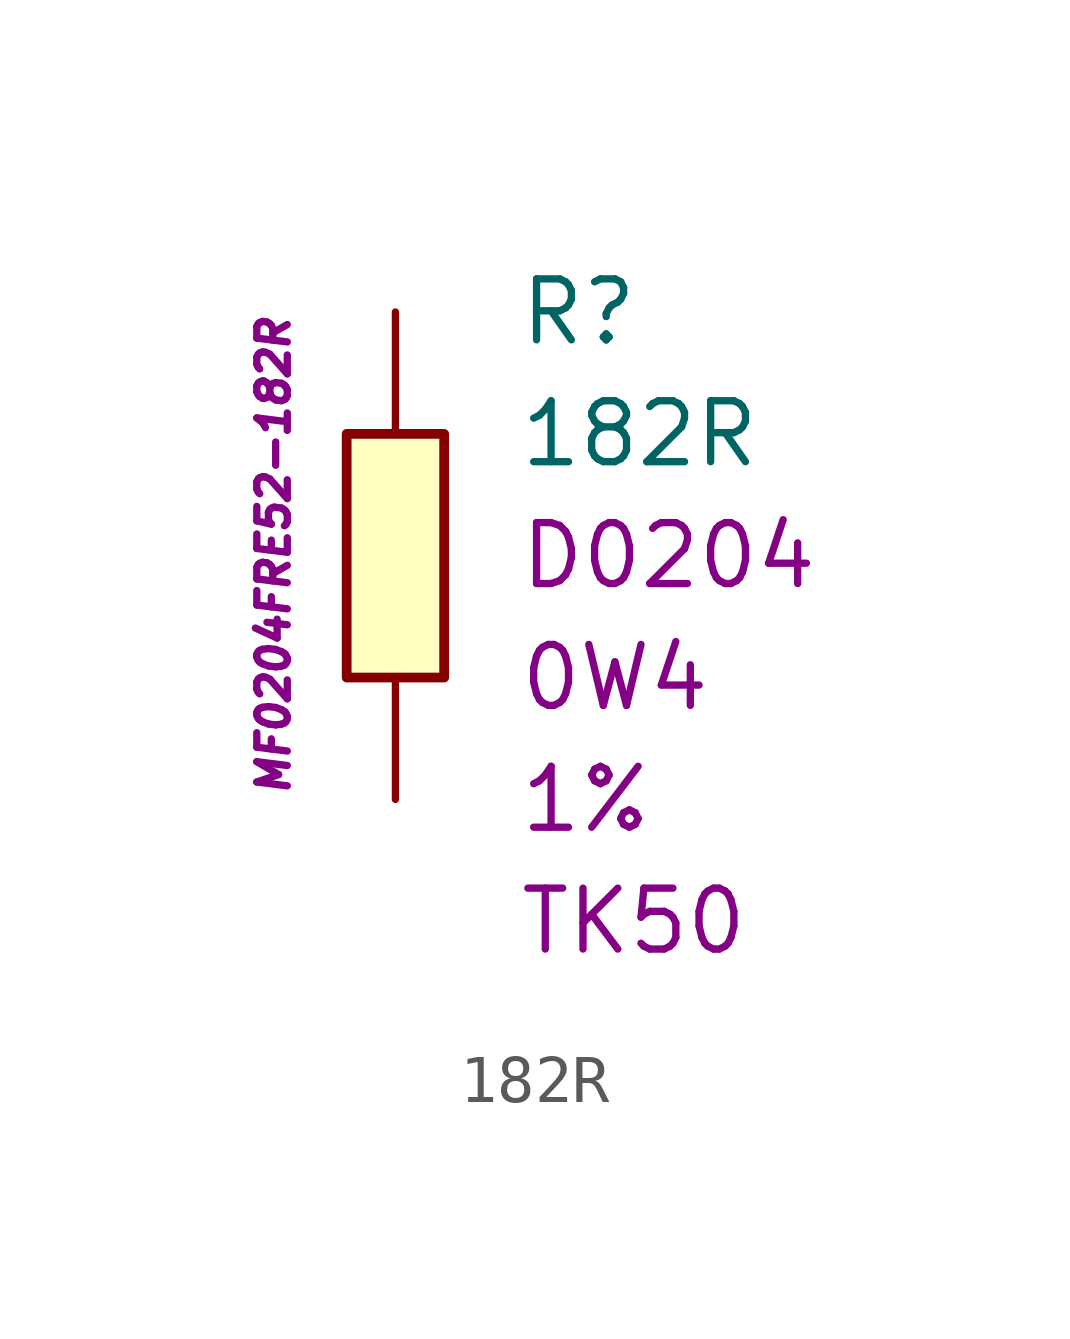
<source format=kicad_sym>
(kicad_symbol_lib
  (version 20201005)
  (generator kicad_symbol_editor)
  (symbol "182R"
    (pin_numbers hide)
    (pin_names
      (offset 1.016) hide)
    (property "Reference" "R"
      (at 2.54 5.08 0)
      (effects (font (size 1.27 1.27)) (justify left)))
    (property "Value" "182R"
      (at 2.54 2.54 0)
      (effects (font (size 1.27 1.27)) (justify left)))
    (property "Package" "D0204"
      (at 2.54 0 0)
      (effects (font (size 1.27 1.27)) (justify left)))
    (property "Power" "0W4"
      (at 2.54 -2.54 0)
      (effects (font (size 1.27 1.27)) (justify left)))
    (property "Tolerance" "1%"
      (at 2.54 -5.08 0)
      (effects (font (size 1.27 1.27)) (justify left)))
    (property "TK" "TK50"
      (at 2.54 -7.62 0)
      (effects (font (size 1.27 1.27)) (justify left)))
    (property "ID" "MF0204FRE52-182R"
      (at -2.54 0 90)
      (effects (font (size 0.635 0.635) italic)))
    (symbol "182R_0_1"
      (rectangle (start -1.016 2.54) (end 1.016 -2.54) (stroke (width 0.203)) (fill (type background))))
    (symbol "182R_1_1"
      (pin passive line (at 0 5.08 270) (length 2.54) (name "~" (effects (font (size 1.778 1.778)))) (number "1" (effects (font (size 1.778 1.778)))))
      (pin passive line (at 0 -5.08 90) (length 2.54) (name "~" (effects (font (size 1.778 1.778)))) (number "2" (effects (font (size 1.778 1.778))))))))
</source>
